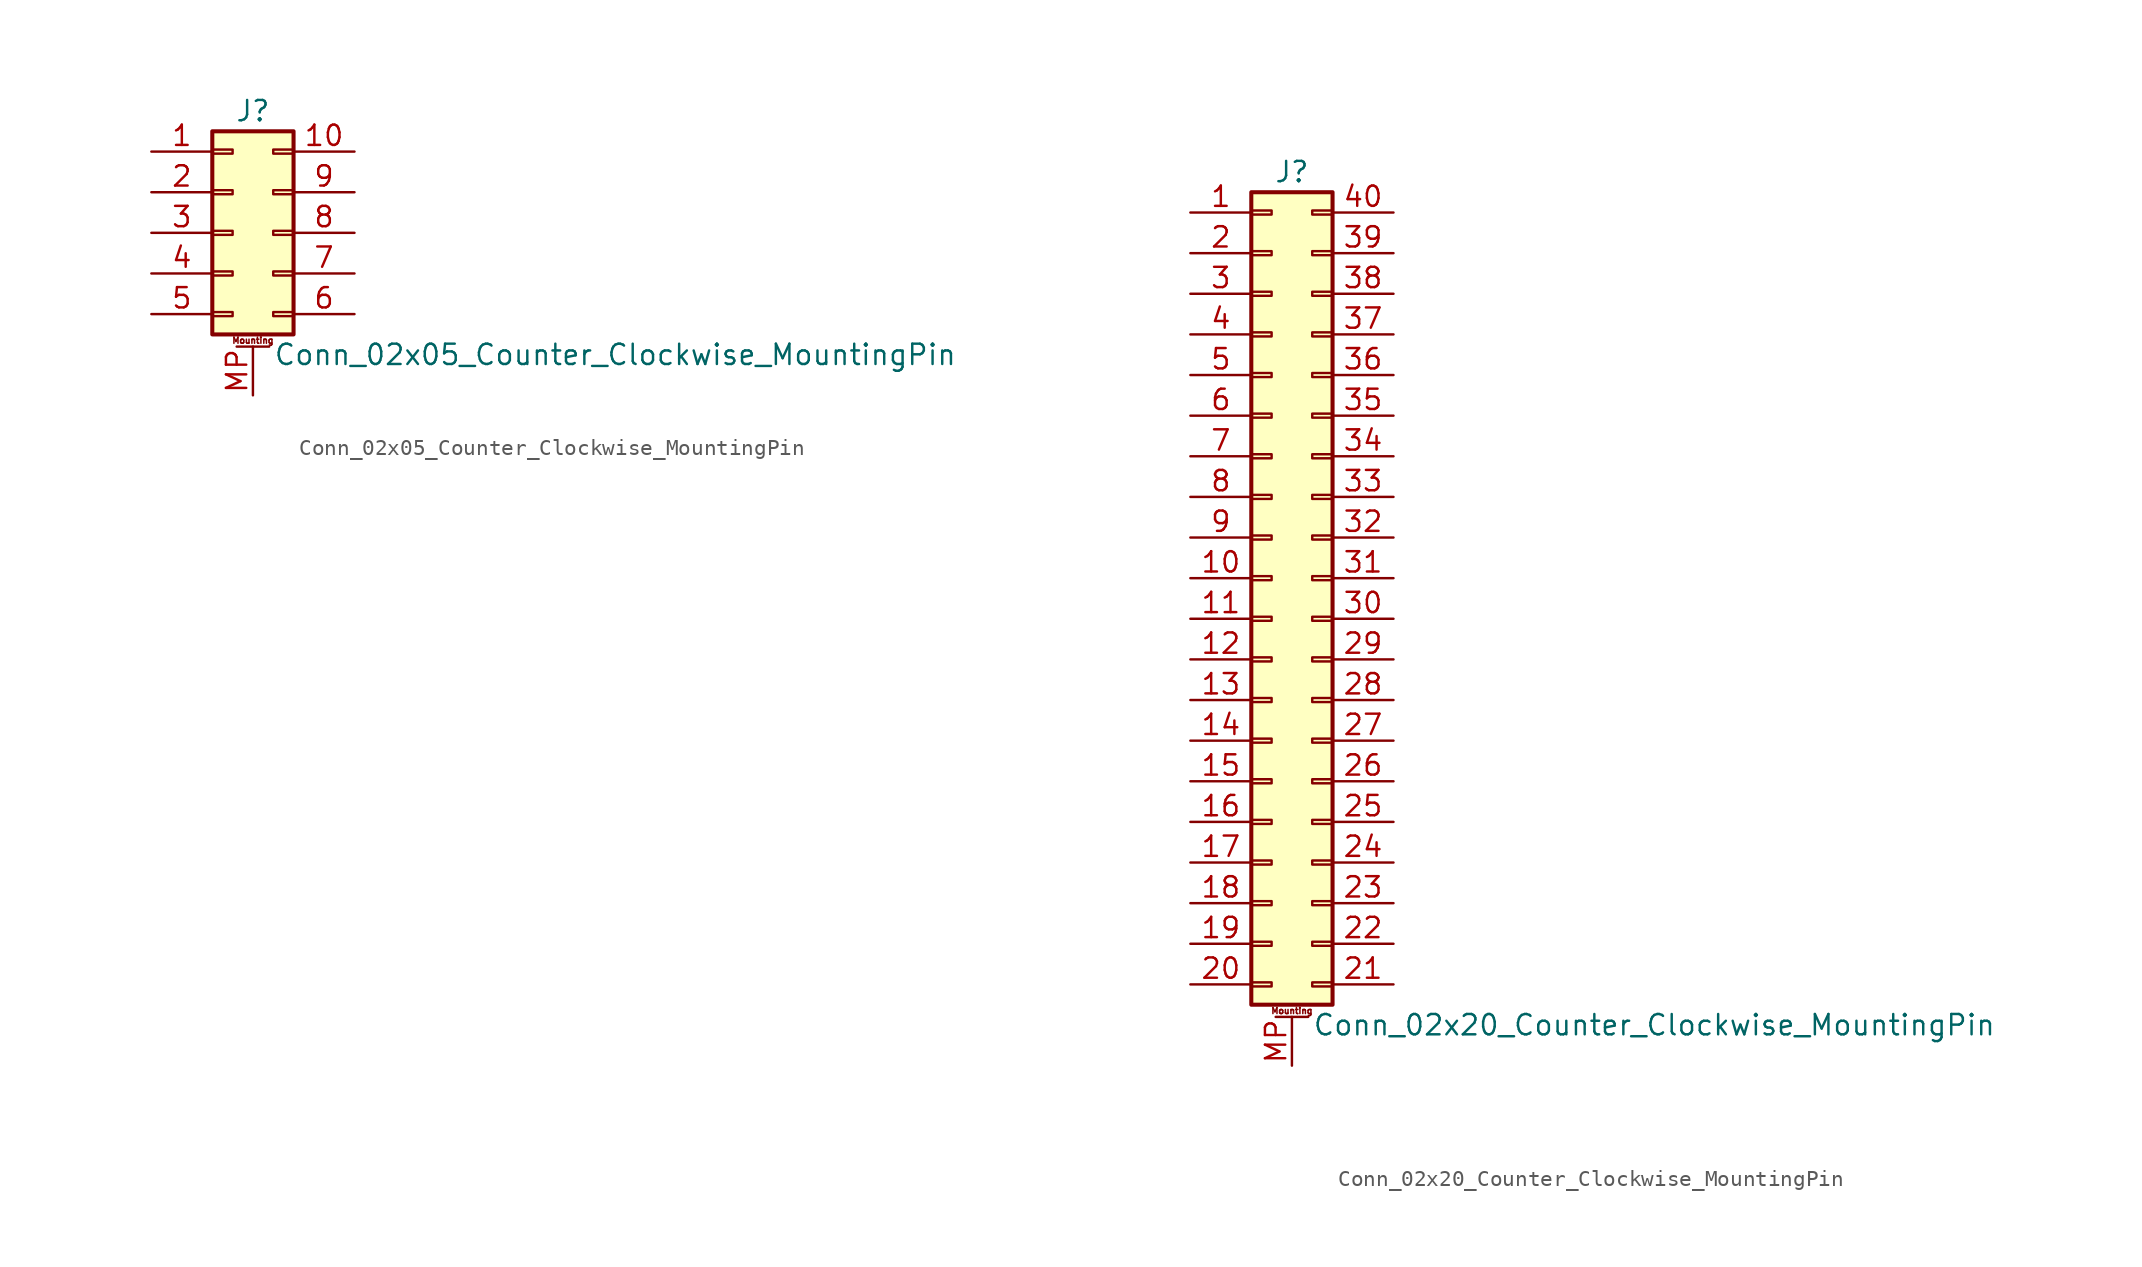
<source format=kicad_sym>
(kicad_symbol_lib
  (version 20211014)
  (generator kicad_symbol_editor)
  (symbol "Conn_02x05_Counter_Clockwise_MountingPin"
    (pin_names
      (offset 1.016) hide)
    (property "Reference" "J"
      (at 1.27 7.62 0)
      (effects (font (size 1.27 1.27))))
    (property "Value" "Conn_02x05_Counter_Clockwise_MountingPin"
      (at 2.54 -7.62 0)
      (effects (font (size 1.27 1.27)) (justify left)))
    (symbol "Conn_02x05_Counter_Clockwise_MountingPin_1_1"
      (rectangle (start -1.27 -4.953) (end 0 -5.207) (stroke (width 0.152) (type default) (color 0 0 0 0)) (fill (type none)))
      (rectangle (start -1.27 -2.413) (end 0 -2.667) (stroke (width 0.152) (type default) (color 0 0 0 0)) (fill (type none)))
      (rectangle (start -1.27 0.127) (end 0 -0.127) (stroke (width 0.152) (type default) (color 0 0 0 0)) (fill (type none)))
      (rectangle (start -1.27 2.667) (end 0 2.413) (stroke (width 0.152) (type default) (color 0 0 0 0)) (fill (type none)))
      (rectangle (start -1.27 5.207) (end 0 4.953) (stroke (width 0.152) (type default) (color 0 0 0 0)) (fill (type none)))
      (rectangle (start -1.27 6.35) (end 3.81 -6.35) (stroke (width 0.254) (type default) (color 0 0 0 0)) (fill (type background)))
      (polyline (pts (xy 0.254 -7.112) (xy 2.286 -7.112)) (stroke (width 0.152) (type default) (color 0 0 0 0)) (fill (type none)))
      (rectangle (start 3.81 -4.953) (end 2.54 -5.207) (stroke (width 0.152) (type default) (color 0 0 0 0)) (fill (type none)))
      (rectangle (start 3.81 -2.413) (end 2.54 -2.667) (stroke (width 0.152) (type default) (color 0 0 0 0)) (fill (type none)))
      (rectangle (start 3.81 0.127) (end 2.54 -0.127) (stroke (width 0.152) (type default) (color 0 0 0 0)) (fill (type none)))
      (rectangle (start 3.81 2.667) (end 2.54 2.413) (stroke (width 0.152) (type default) (color 0 0 0 0)) (fill (type none)))
      (rectangle (start 3.81 5.207) (end 2.54 4.953) (stroke (width 0.152) (type default) (color 0 0 0 0)) (fill (type none)))
      (text "Mounting" (at 1.27 -6.731 0) (effects (font (size 0.381 0.381))))
      (pin passive line (at -5.08 5.08 0) (length 3.81) (name "Pin_1" (effects (font (size 1.27 1.27)))) (number "1" (effects (font (size 1.27 1.27)))))
      (pin passive line (at 7.62 5.08 180) (length 3.81) (name "Pin_10" (effects (font (size 1.27 1.27)))) (number "10" (effects (font (size 1.27 1.27)))))
      (pin passive line (at -5.08 2.54 0) (length 3.81) (name "Pin_2" (effects (font (size 1.27 1.27)))) (number "2" (effects (font (size 1.27 1.27)))))
      (pin passive line (at -5.08 0 0) (length 3.81) (name "Pin_3" (effects (font (size 1.27 1.27)))) (number "3" (effects (font (size 1.27 1.27)))))
      (pin passive line (at -5.08 -2.54 0) (length 3.81) (name "Pin_4" (effects (font (size 1.27 1.27)))) (number "4" (effects (font (size 1.27 1.27)))))
      (pin passive line (at -5.08 -5.08 0) (length 3.81) (name "Pin_5" (effects (font (size 1.27 1.27)))) (number "5" (effects (font (size 1.27 1.27)))))
      (pin passive line (at 7.62 -5.08 180) (length 3.81) (name "Pin_6" (effects (font (size 1.27 1.27)))) (number "6" (effects (font (size 1.27 1.27)))))
      (pin passive line (at 7.62 -2.54 180) (length 3.81) (name "Pin_7" (effects (font (size 1.27 1.27)))) (number "7" (effects (font (size 1.27 1.27)))))
      (pin passive line (at 7.62 0 180) (length 3.81) (name "Pin_8" (effects (font (size 1.27 1.27)))) (number "8" (effects (font (size 1.27 1.27)))))
      (pin passive line (at 7.62 2.54 180) (length 3.81) (name "Pin_9" (effects (font (size 1.27 1.27)))) (number "9" (effects (font (size 1.27 1.27)))))
      (pin passive line (at 1.27 -10.16 90) (length 3.048) (name "MountPin" (effects (font (size 1.27 1.27)))) (number "MP" (effects (font (size 1.27 1.27)))))))
  (symbol "Conn_02x20_Counter_Clockwise_MountingPin"
    (pin_names
      (offset 1.016) hide)
    (property "Reference" "J"
      (at 1.27 25.4 0)
      (effects (font (size 1.27 1.27))))
    (property "Value" "Conn_02x20_Counter_Clockwise_MountingPin"
      (at 2.54 -27.94 0)
      (effects (font (size 1.27 1.27)) (justify left)))
    (symbol "Conn_02x20_Counter_Clockwise_MountingPin_1_1"
      (rectangle (start -1.27 -25.273) (end 0 -25.527) (stroke (width 0.152) (type default) (color 0 0 0 0)) (fill (type none)))
      (rectangle (start -1.27 -22.733) (end 0 -22.987) (stroke (width 0.152) (type default) (color 0 0 0 0)) (fill (type none)))
      (rectangle (start -1.27 -20.193) (end 0 -20.447) (stroke (width 0.152) (type default) (color 0 0 0 0)) (fill (type none)))
      (rectangle (start -1.27 -17.653) (end 0 -17.907) (stroke (width 0.152) (type default) (color 0 0 0 0)) (fill (type none)))
      (rectangle (start -1.27 -15.113) (end 0 -15.367) (stroke (width 0.152) (type default) (color 0 0 0 0)) (fill (type none)))
      (rectangle (start -1.27 -12.573) (end 0 -12.827) (stroke (width 0.152) (type default) (color 0 0 0 0)) (fill (type none)))
      (rectangle (start -1.27 -10.033) (end 0 -10.287) (stroke (width 0.152) (type default) (color 0 0 0 0)) (fill (type none)))
      (rectangle (start -1.27 -7.493) (end 0 -7.747) (stroke (width 0.152) (type default) (color 0 0 0 0)) (fill (type none)))
      (rectangle (start -1.27 -4.953) (end 0 -5.207) (stroke (width 0.152) (type default) (color 0 0 0 0)) (fill (type none)))
      (rectangle (start -1.27 -2.413) (end 0 -2.667) (stroke (width 0.152) (type default) (color 0 0 0 0)) (fill (type none)))
      (rectangle (start -1.27 0.127) (end 0 -0.127) (stroke (width 0.152) (type default) (color 0 0 0 0)) (fill (type none)))
      (rectangle (start -1.27 2.667) (end 0 2.413) (stroke (width 0.152) (type default) (color 0 0 0 0)) (fill (type none)))
      (rectangle (start -1.27 5.207) (end 0 4.953) (stroke (width 0.152) (type default) (color 0 0 0 0)) (fill (type none)))
      (rectangle (start -1.27 7.747) (end 0 7.493) (stroke (width 0.152) (type default) (color 0 0 0 0)) (fill (type none)))
      (rectangle (start -1.27 10.287) (end 0 10.033) (stroke (width 0.152) (type default) (color 0 0 0 0)) (fill (type none)))
      (rectangle (start -1.27 12.827) (end 0 12.573) (stroke (width 0.152) (type default) (color 0 0 0 0)) (fill (type none)))
      (rectangle (start -1.27 15.367) (end 0 15.113) (stroke (width 0.152) (type default) (color 0 0 0 0)) (fill (type none)))
      (rectangle (start -1.27 17.907) (end 0 17.653) (stroke (width 0.152) (type default) (color 0 0 0 0)) (fill (type none)))
      (rectangle (start -1.27 20.447) (end 0 20.193) (stroke (width 0.152) (type default) (color 0 0 0 0)) (fill (type none)))
      (rectangle (start -1.27 22.987) (end 0 22.733) (stroke (width 0.152) (type default) (color 0 0 0 0)) (fill (type none)))
      (rectangle (start -1.27 24.13) (end 3.81 -26.67) (stroke (width 0.254) (type default) (color 0 0 0 0)) (fill (type background)))
      (polyline (pts (xy 0.254 -27.432) (xy 2.286 -27.432)) (stroke (width 0.152) (type default) (color 0 0 0 0)) (fill (type none)))
      (rectangle (start 3.81 -25.273) (end 2.54 -25.527) (stroke (width 0.152) (type default) (color 0 0 0 0)) (fill (type none)))
      (rectangle (start 3.81 -22.733) (end 2.54 -22.987) (stroke (width 0.152) (type default) (color 0 0 0 0)) (fill (type none)))
      (rectangle (start 3.81 -20.193) (end 2.54 -20.447) (stroke (width 0.152) (type default) (color 0 0 0 0)) (fill (type none)))
      (rectangle (start 3.81 -17.653) (end 2.54 -17.907) (stroke (width 0.152) (type default) (color 0 0 0 0)) (fill (type none)))
      (rectangle (start 3.81 -15.113) (end 2.54 -15.367) (stroke (width 0.152) (type default) (color 0 0 0 0)) (fill (type none)))
      (rectangle (start 3.81 -12.573) (end 2.54 -12.827) (stroke (width 0.152) (type default) (color 0 0 0 0)) (fill (type none)))
      (rectangle (start 3.81 -10.033) (end 2.54 -10.287) (stroke (width 0.152) (type default) (color 0 0 0 0)) (fill (type none)))
      (rectangle (start 3.81 -7.493) (end 2.54 -7.747) (stroke (width 0.152) (type default) (color 0 0 0 0)) (fill (type none)))
      (rectangle (start 3.81 -4.953) (end 2.54 -5.207) (stroke (width 0.152) (type default) (color 0 0 0 0)) (fill (type none)))
      (rectangle (start 3.81 -2.413) (end 2.54 -2.667) (stroke (width 0.152) (type default) (color 0 0 0 0)) (fill (type none)))
      (rectangle (start 3.81 0.127) (end 2.54 -0.127) (stroke (width 0.152) (type default) (color 0 0 0 0)) (fill (type none)))
      (rectangle (start 3.81 2.667) (end 2.54 2.413) (stroke (width 0.152) (type default) (color 0 0 0 0)) (fill (type none)))
      (rectangle (start 3.81 5.207) (end 2.54 4.953) (stroke (width 0.152) (type default) (color 0 0 0 0)) (fill (type none)))
      (rectangle (start 3.81 7.747) (end 2.54 7.493) (stroke (width 0.152) (type default) (color 0 0 0 0)) (fill (type none)))
      (rectangle (start 3.81 10.287) (end 2.54 10.033) (stroke (width 0.152) (type default) (color 0 0 0 0)) (fill (type none)))
      (rectangle (start 3.81 12.827) (end 2.54 12.573) (stroke (width 0.152) (type default) (color 0 0 0 0)) (fill (type none)))
      (rectangle (start 3.81 15.367) (end 2.54 15.113) (stroke (width 0.152) (type default) (color 0 0 0 0)) (fill (type none)))
      (rectangle (start 3.81 17.907) (end 2.54 17.653) (stroke (width 0.152) (type default) (color 0 0 0 0)) (fill (type none)))
      (rectangle (start 3.81 20.447) (end 2.54 20.193) (stroke (width 0.152) (type default) (color 0 0 0 0)) (fill (type none)))
      (rectangle (start 3.81 22.987) (end 2.54 22.733) (stroke (width 0.152) (type default) (color 0 0 0 0)) (fill (type none)))
      (text "Mounting" (at 1.27 -27.051 0) (effects (font (size 0.381 0.381))))
      (pin passive line (at -5.08 22.86 0) (length 3.81) (name "Pin_1" (effects (font (size 1.27 1.27)))) (number "1" (effects (font (size 1.27 1.27)))))
      (pin passive line (at -5.08 0 0) (length 3.81) (name "Pin_10" (effects (font (size 1.27 1.27)))) (number "10" (effects (font (size 1.27 1.27)))))
      (pin passive line (at -5.08 -2.54 0) (length 3.81) (name "Pin_11" (effects (font (size 1.27 1.27)))) (number "11" (effects (font (size 1.27 1.27)))))
      (pin passive line (at -5.08 -5.08 0) (length 3.81) (name "Pin_12" (effects (font (size 1.27 1.27)))) (number "12" (effects (font (size 1.27 1.27)))))
      (pin passive line (at -5.08 -7.62 0) (length 3.81) (name "Pin_13" (effects (font (size 1.27 1.27)))) (number "13" (effects (font (size 1.27 1.27)))))
      (pin passive line (at -5.08 -10.16 0) (length 3.81) (name "Pin_14" (effects (font (size 1.27 1.27)))) (number "14" (effects (font (size 1.27 1.27)))))
      (pin passive line (at -5.08 -12.7 0) (length 3.81) (name "Pin_15" (effects (font (size 1.27 1.27)))) (number "15" (effects (font (size 1.27 1.27)))))
      (pin passive line (at -5.08 -15.24 0) (length 3.81) (name "Pin_16" (effects (font (size 1.27 1.27)))) (number "16" (effects (font (size 1.27 1.27)))))
      (pin passive line (at -5.08 -17.78 0) (length 3.81) (name "Pin_17" (effects (font (size 1.27 1.27)))) (number "17" (effects (font (size 1.27 1.27)))))
      (pin passive line (at -5.08 -20.32 0) (length 3.81) (name "Pin_18" (effects (font (size 1.27 1.27)))) (number "18" (effects (font (size 1.27 1.27)))))
      (pin passive line (at -5.08 -22.86 0) (length 3.81) (name "Pin_19" (effects (font (size 1.27 1.27)))) (number "19" (effects (font (size 1.27 1.27)))))
      (pin passive line (at -5.08 20.32 0) (length 3.81) (name "Pin_2" (effects (font (size 1.27 1.27)))) (number "2" (effects (font (size 1.27 1.27)))))
      (pin passive line (at -5.08 -25.4 0) (length 3.81) (name "Pin_20" (effects (font (size 1.27 1.27)))) (number "20" (effects (font (size 1.27 1.27)))))
      (pin passive line (at 7.62 -25.4 180) (length 3.81) (name "Pin_21" (effects (font (size 1.27 1.27)))) (number "21" (effects (font (size 1.27 1.27)))))
      (pin passive line (at 7.62 -22.86 180) (length 3.81) (name "Pin_22" (effects (font (size 1.27 1.27)))) (number "22" (effects (font (size 1.27 1.27)))))
      (pin passive line (at 7.62 -20.32 180) (length 3.81) (name "Pin_23" (effects (font (size 1.27 1.27)))) (number "23" (effects (font (size 1.27 1.27)))))
      (pin passive line (at 7.62 -17.78 180) (length 3.81) (name "Pin_24" (effects (font (size 1.27 1.27)))) (number "24" (effects (font (size 1.27 1.27)))))
      (pin passive line (at 7.62 -15.24 180) (length 3.81) (name "Pin_25" (effects (font (size 1.27 1.27)))) (number "25" (effects (font (size 1.27 1.27)))))
      (pin passive line (at 7.62 -12.7 180) (length 3.81) (name "Pin_26" (effects (font (size 1.27 1.27)))) (number "26" (effects (font (size 1.27 1.27)))))
      (pin passive line (at 7.62 -10.16 180) (length 3.81) (name "Pin_27" (effects (font (size 1.27 1.27)))) (number "27" (effects (font (size 1.27 1.27)))))
      (pin passive line (at 7.62 -7.62 180) (length 3.81) (name "Pin_28" (effects (font (size 1.27 1.27)))) (number "28" (effects (font (size 1.27 1.27)))))
      (pin passive line (at 7.62 -5.08 180) (length 3.81) (name "Pin_29" (effects (font (size 1.27 1.27)))) (number "29" (effects (font (size 1.27 1.27)))))
      (pin passive line (at -5.08 17.78 0) (length 3.81) (name "Pin_3" (effects (font (size 1.27 1.27)))) (number "3" (effects (font (size 1.27 1.27)))))
      (pin passive line (at 7.62 -2.54 180) (length 3.81) (name "Pin_30" (effects (font (size 1.27 1.27)))) (number "30" (effects (font (size 1.27 1.27)))))
      (pin passive line (at 7.62 0 180) (length 3.81) (name "Pin_31" (effects (font (size 1.27 1.27)))) (number "31" (effects (font (size 1.27 1.27)))))
      (pin passive line (at 7.62 2.54 180) (length 3.81) (name "Pin_32" (effects (font (size 1.27 1.27)))) (number "32" (effects (font (size 1.27 1.27)))))
      (pin passive line (at 7.62 5.08 180) (length 3.81) (name "Pin_33" (effects (font (size 1.27 1.27)))) (number "33" (effects (font (size 1.27 1.27)))))
      (pin passive line (at 7.62 7.62 180) (length 3.81) (name "Pin_34" (effects (font (size 1.27 1.27)))) (number "34" (effects (font (size 1.27 1.27)))))
      (pin passive line (at 7.62 10.16 180) (length 3.81) (name "Pin_35" (effects (font (size 1.27 1.27)))) (number "35" (effects (font (size 1.27 1.27)))))
      (pin passive line (at 7.62 12.7 180) (length 3.81) (name "Pin_36" (effects (font (size 1.27 1.27)))) (number "36" (effects (font (size 1.27 1.27)))))
      (pin passive line (at 7.62 15.24 180) (length 3.81) (name "Pin_37" (effects (font (size 1.27 1.27)))) (number "37" (effects (font (size 1.27 1.27)))))
      (pin passive line (at 7.62 17.78 180) (length 3.81) (name "Pin_38" (effects (font (size 1.27 1.27)))) (number "38" (effects (font (size 1.27 1.27)))))
      (pin passive line (at 7.62 20.32 180) (length 3.81) (name "Pin_39" (effects (font (size 1.27 1.27)))) (number "39" (effects (font (size 1.27 1.27)))))
      (pin passive line (at -5.08 15.24 0) (length 3.81) (name "Pin_4" (effects (font (size 1.27 1.27)))) (number "4" (effects (font (size 1.27 1.27)))))
      (pin passive line (at 7.62 22.86 180) (length 3.81) (name "Pin_40" (effects (font (size 1.27 1.27)))) (number "40" (effects (font (size 1.27 1.27)))))
      (pin passive line (at -5.08 12.7 0) (length 3.81) (name "Pin_5" (effects (font (size 1.27 1.27)))) (number "5" (effects (font (size 1.27 1.27)))))
      (pin passive line (at -5.08 10.16 0) (length 3.81) (name "Pin_6" (effects (font (size 1.27 1.27)))) (number "6" (effects (font (size 1.27 1.27)))))
      (pin passive line (at -5.08 7.62 0) (length 3.81) (name "Pin_7" (effects (font (size 1.27 1.27)))) (number "7" (effects (font (size 1.27 1.27)))))
      (pin passive line (at -5.08 5.08 0) (length 3.81) (name "Pin_8" (effects (font (size 1.27 1.27)))) (number "8" (effects (font (size 1.27 1.27)))))
      (pin passive line (at -5.08 2.54 0) (length 3.81) (name "Pin_9" (effects (font (size 1.27 1.27)))) (number "9" (effects (font (size 1.27 1.27)))))
      (pin passive line (at 1.27 -30.48 90) (length 3.048) (name "MountPin" (effects (font (size 1.27 1.27)))) (number "MP" (effects (font (size 1.27 1.27))))))))
</source>
